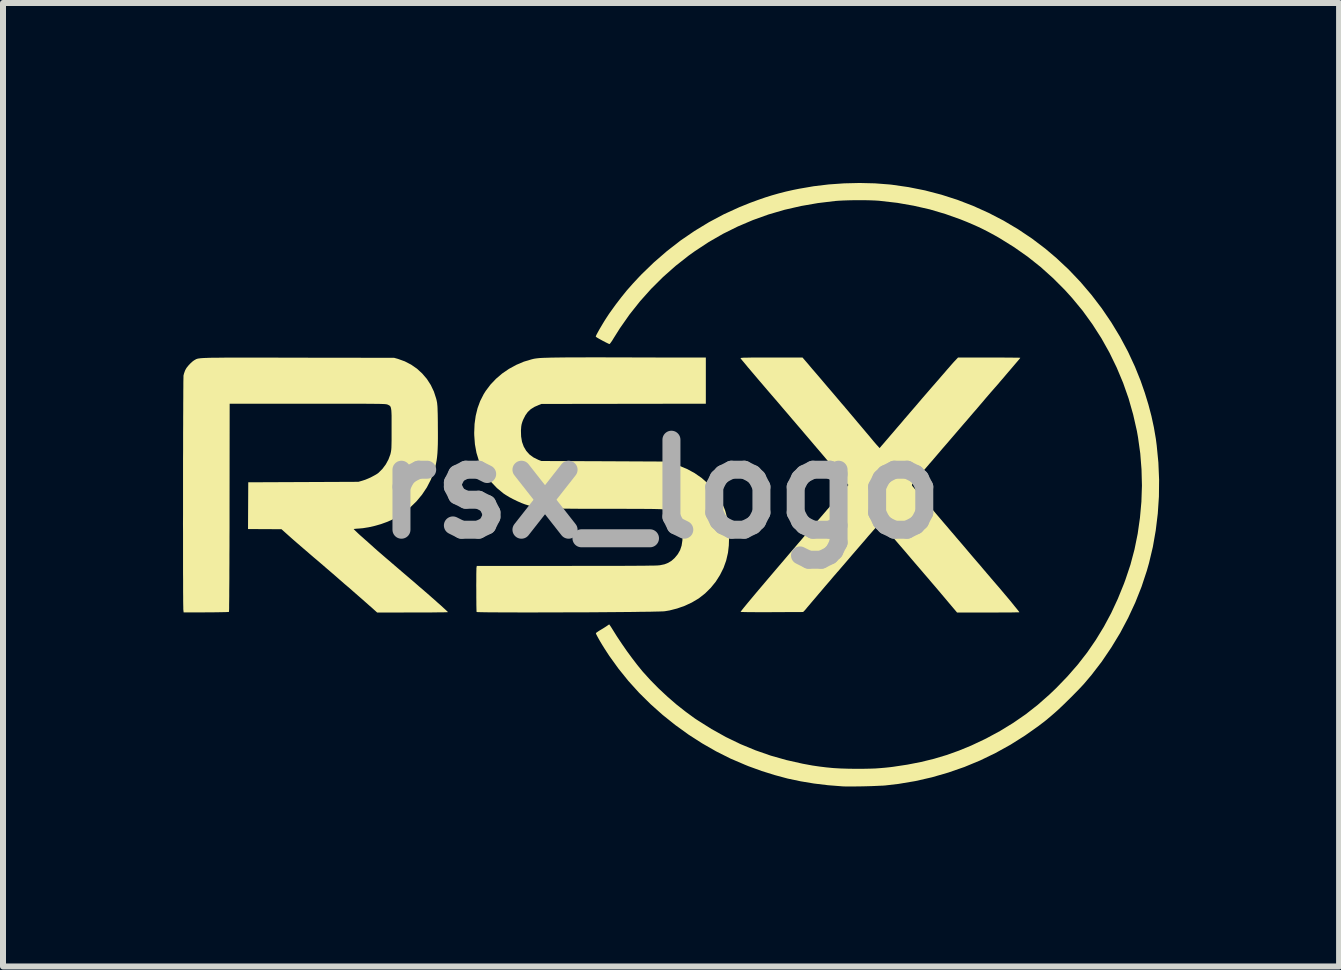
<source format=kicad_pcb>
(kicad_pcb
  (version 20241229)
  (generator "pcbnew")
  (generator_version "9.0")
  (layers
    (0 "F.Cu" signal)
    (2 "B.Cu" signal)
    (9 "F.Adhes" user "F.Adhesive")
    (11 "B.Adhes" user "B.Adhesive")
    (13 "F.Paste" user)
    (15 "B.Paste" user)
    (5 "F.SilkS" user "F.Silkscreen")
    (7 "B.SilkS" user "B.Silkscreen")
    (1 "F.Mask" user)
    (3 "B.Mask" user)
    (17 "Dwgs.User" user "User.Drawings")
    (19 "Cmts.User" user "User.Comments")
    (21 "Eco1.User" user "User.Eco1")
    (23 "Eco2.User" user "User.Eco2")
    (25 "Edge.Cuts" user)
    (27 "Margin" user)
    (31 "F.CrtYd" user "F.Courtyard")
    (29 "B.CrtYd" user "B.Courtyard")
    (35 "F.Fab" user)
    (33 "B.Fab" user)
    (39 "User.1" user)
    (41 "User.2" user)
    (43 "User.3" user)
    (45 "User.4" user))
  (footprint "rsx_logo"
    (layer "F.Cu")
    (at 7.963 5.101)
    (property "Reference" "rsx_logo" (at 0 0 0) (layer "F.Fab") (effects (font (size 1.5 1.5) (thickness 0.3))))
    (attr board_only exclude_from_pos_files exclude_from_bom)
    (fp_poly (pts (xy -1.022 -2.195) (xy -0.864 -2.194) (xy -0.691 -2.194) (xy -0.503 -2.194) (xy -0.471 -2.193) (xy -0.332 -2.193) (xy -0.198 -2.193) (xy -0.068 -2.192) (xy 0.055 -2.192) (xy 0.171 -2.192) (xy 0.278 -2.192) (xy 0.377 -2.191) (xy 0.466 -2.191) (xy 0.543 -2.191) (xy 0.609 -2.191) (xy 0.662 -2.191) (xy 0.701 -2.191) (xy 0.725 -2.191) (xy 0.734 -2.191) (xy 0.752 -2.191) (xy 0.752 -1.807) (xy 0.752 -1.422) (xy -0.618 -1.42) (xy -1.989 -1.418) (xy -2.034 -1.4) (xy -2.107 -1.368) (xy -2.167 -1.33) (xy -2.216 -1.284) (xy -2.256 -1.228) (xy -2.291 -1.159) (xy -2.301 -1.135) (xy -2.312 -1.102) (xy -2.32 -1.073) (xy -2.325 -1.041) (xy -2.328 -1.001) (xy -2.33 -0.975) (xy -2.327 -0.876) (xy -2.312 -0.786) (xy -2.283 -0.706) (xy -2.241 -0.635) (xy -2.187 -0.575) (xy -2.12 -0.526) (xy -2.041 -0.487) (xy -2.037 -0.485) (xy -1.989 -0.467) (xy -0.963 -0.463) (xy 0.062 -0.458) (xy 0.149 -0.437) (xy 0.297 -0.392) (xy 0.436 -0.335) (xy 0.564 -0.266) (xy 0.681 -0.185) (xy 0.786 -0.092) (xy 0.881 0.013) (xy 0.902 0.041) (xy 0.945 0.103) (xy 0.987 0.172) (xy 1.025 0.244) (xy 1.056 0.313) (xy 1.075 0.362) (xy 1.103 0.465) (xy 1.123 0.578) (xy 1.135 0.698) (xy 1.139 0.82) (xy 1.135 0.941) (xy 1.122 1.056) (xy 1.12 1.067) (xy 1.091 1.192) (xy 1.047 1.315) (xy 0.988 1.433) (xy 0.917 1.545) (xy 0.834 1.647) (xy 0.74 1.74) (xy 0.637 1.821) (xy 0.626 1.828) (xy 0.518 1.892) (xy 0.4 1.947) (xy 0.275 1.991) (xy 0.147 2.024) (xy 0.068 2.037) (xy 0.048 2.039) (xy 0.014 2.04) (xy -0.034 2.042) (xy -0.095 2.043) (xy -0.168 2.045) (xy -0.252 2.046) (xy -0.346 2.047) (xy -0.449 2.049) (xy -0.56 2.05) (xy -0.677 2.051) (xy -0.801 2.052) (xy -0.93 2.053) (xy -1.064 2.054) (xy -1.2 2.055) (xy -1.338 2.055) (xy -1.478 2.056) (xy -1.617 2.056) (xy -1.756 2.057) (xy -1.893 2.057) (xy -2.027 2.057) (xy -2.157 2.058) (xy -2.283 2.058) (xy -2.403 2.057) (xy -2.516 2.057) (xy -2.621 2.057) (xy -2.718 2.056) (xy -2.805 2.056) (xy -2.882 2.055) (xy -2.946 2.054) (xy -2.998 2.053) (xy -3.037 2.052) (xy -3.061 2.051) (xy -3.069 2.049) (xy -3.07 2.038) (xy -3.071 2.013) (xy -3.072 1.975) (xy -3.073 1.927) (xy -3.073 1.871) (xy -3.074 1.808) (xy -3.074 1.742) (xy -3.074 1.674) (xy -3.075 1.606) (xy -3.074 1.54) (xy -3.074 1.479) (xy -3.074 1.424) (xy -3.073 1.378) (xy -3.072 1.342) (xy -3.072 1.319) (xy -3.071 1.313) (xy -3.066 1.282) (xy -1.576 1.282) (xy -1.386 1.281) (xy -1.212 1.281) (xy -1.053 1.281) (xy -0.909 1.281) (xy -0.778 1.281) (xy -0.66 1.281) (xy -0.555 1.28) (xy -0.461 1.28) (xy -0.379 1.279) (xy -0.306 1.279) (xy -0.244 1.278) (xy -0.19 1.277) (xy -0.144 1.277) (xy -0.107 1.276) (xy -0.076 1.275) (xy -0.051 1.274) (xy -0.031 1.272) (xy -0.017 1.271) (xy -0.011 1.27) (xy 0.062 1.255) (xy 0.123 1.231) (xy 0.178 1.198) (xy 0.23 1.152) (xy 0.232 1.15) (xy 0.284 1.087) (xy 0.323 1.019) (xy 0.348 0.944) (xy 0.361 0.859) (xy 0.364 0.801) (xy 0.357 0.709) (xy 0.338 0.624) (xy 0.306 0.547) (xy 0.263 0.48) (xy 0.209 0.424) (xy 0.145 0.38) (xy 0.071 0.349) (xy 0.052 0.343) (xy 0.042 0.341) (xy 0.029 0.339) (xy 0.012 0.337) (xy -0.01 0.336) (xy -0.038 0.335) (xy -0.074 0.334) (xy -0.117 0.333) (xy -0.169 0.332) (xy -0.232 0.332) (xy -0.305 0.331) (xy -0.391 0.331) (xy -0.489 0.331) (xy -0.602 0.33) (xy -0.729 0.33) (xy -0.827 0.33) (xy -0.994 0.33) (xy -1.145 0.33) (xy -1.282 0.33) (xy -1.405 0.329) (xy -1.515 0.328) (xy -1.614 0.327) (xy -1.701 0.325) (xy -1.779 0.323) (xy -1.848 0.321) (xy -1.908 0.318) (xy -1.962 0.314) (xy -2.01 0.31) (xy -2.052 0.305) (xy -2.09 0.3) (xy -2.125 0.293) (xy -2.157 0.286) (xy -2.189 0.278) (xy -2.219 0.269) (xy -2.251 0.259) (xy -2.259 0.257) (xy -2.32 0.234) (xy -2.388 0.204) (xy -2.458 0.17) (xy -2.524 0.135) (xy -2.583 0.099) (xy -2.621 0.074) (xy -2.73 -0.016) (xy -2.825 -0.116) (xy -2.908 -0.225) (xy -2.976 -0.343) (xy -3.03 -0.469) (xy -3.071 -0.603) (xy -3.097 -0.745) (xy -3.108 -0.894) (xy -3.109 -0.937) (xy -3.103 -1.084) (xy -3.084 -1.22) (xy -3.053 -1.347) (xy -3.009 -1.467) (xy -2.951 -1.581) (xy -2.917 -1.635) (xy -2.838 -1.74) (xy -2.746 -1.837) (xy -2.643 -1.925) (xy -2.529 -2.003) (xy -2.408 -2.069) (xy -2.281 -2.123) (xy -2.15 -2.162) (xy -2.113 -2.171) (xy -2.094 -2.174) (xy -2.073 -2.177) (xy -2.048 -2.18) (xy -2.018 -2.183) (xy -1.982 -2.185) (xy -1.94 -2.187) (xy -1.892 -2.188) (xy -1.836 -2.19) (xy -1.771 -2.191) (xy -1.697 -2.192) (xy -1.614 -2.193) (xy -1.519 -2.194) (xy -1.414 -2.194) (xy -1.296 -2.194) (xy -1.166 -2.195)) (stroke (width 0) (type solid)) (fill yes) (layer "F.SilkS"))
    (fp_poly (pts (xy 3.57 -5.095) (xy 3.817 -5.076) (xy 3.853 -5.072) (xy 4.131 -5.032) (xy 4.406 -4.977) (xy 4.678 -4.906) (xy 4.946 -4.82) (xy 5.208 -4.719) (xy 5.465 -4.603) (xy 5.714 -4.474) (xy 5.955 -4.331) (xy 6.188 -4.175) (xy 6.411 -4.006) (xy 6.594 -3.851) (xy 6.8 -3.658) (xy 6.995 -3.453) (xy 7.179 -3.237) (xy 7.351 -3.012) (xy 7.51 -2.778) (xy 7.656 -2.537) (xy 7.788 -2.29) (xy 7.905 -2.038) (xy 7.998 -1.807) (xy 8.069 -1.603) (xy 8.129 -1.407) (xy 8.179 -1.217) (xy 8.22 -1.028) (xy 8.253 -0.836) (xy 8.267 -0.728) (xy 8.295 -0.442) (xy 8.307 -0.157) (xy 8.304 0.128) (xy 8.285 0.41) (xy 8.251 0.69) (xy 8.203 0.965) (xy 8.139 1.234) (xy 8.102 1.364) (xy 8.014 1.63) (xy 7.91 1.892) (xy 7.791 2.148) (xy 7.658 2.399) (xy 7.511 2.641) (xy 7.352 2.876) (xy 7.18 3.1) (xy 7.054 3.249) (xy 7.014 3.292) (xy 6.965 3.344) (xy 6.909 3.401) (xy 6.849 3.462) (xy 6.786 3.524) (xy 6.725 3.584) (xy 6.666 3.64) (xy 6.614 3.689) (xy 6.57 3.728) (xy 6.569 3.729) (xy 6.524 3.768) (xy 6.489 3.798) (xy 6.46 3.822) (xy 6.436 3.843) (xy 6.412 3.862) (xy 6.387 3.882) (xy 6.356 3.905) (xy 6.318 3.934) (xy 6.304 3.945) (xy 6.071 4.11) (xy 5.83 4.262) (xy 5.581 4.4) (xy 5.325 4.524) (xy 5.062 4.633) (xy 4.794 4.726) (xy 4.521 4.805) (xy 4.245 4.868) (xy 3.965 4.915) (xy 3.743 4.941) (xy 3.703 4.944) (xy 3.65 4.946) (xy 3.587 4.949) (xy 3.516 4.952) (xy 3.441 4.954) (xy 3.364 4.956) (xy 3.288 4.957) (xy 3.216 4.958) (xy 3.15 4.958) (xy 3.094 4.958) (xy 3.049 4.957) (xy 3.03 4.956) (xy 2.788 4.937) (xy 2.556 4.909) (xy 2.333 4.872) (xy 2.115 4.826) (xy 1.9 4.768) (xy 1.683 4.7) (xy 1.462 4.62) (xy 1.406 4.597) (xy 1.163 4.493) (xy 0.924 4.373) (xy 0.69 4.239) (xy 0.463 4.093) (xy 0.243 3.934) (xy 0.032 3.765) (xy -0.17 3.585) (xy -0.361 3.396) (xy -0.54 3.198) (xy -0.705 2.993) (xy -0.857 2.782) (xy -0.895 2.724) (xy -0.937 2.659) (xy -0.975 2.598) (xy -1.008 2.543) (xy -1.036 2.494) (xy -1.058 2.454) (xy -1.073 2.425) (xy -1.08 2.407) (xy -1.08 2.402) (xy -1.072 2.394) (xy -1.052 2.38) (xy -1.025 2.362) (xy -0.995 2.344) (xy -0.96 2.323) (xy -0.927 2.302) (xy -0.901 2.285) (xy -0.888 2.276) (xy -0.871 2.264) (xy -0.86 2.258) (xy -0.858 2.257) (xy -0.853 2.264) (xy -0.84 2.282) (xy -0.823 2.308) (xy -0.805 2.337) (xy -0.73 2.457) (xy -0.648 2.58) (xy -0.563 2.703) (xy -0.476 2.821) (xy -0.391 2.932) (xy -0.309 3.033) (xy -0.297 3.047) (xy -0.172 3.185) (xy -0.035 3.324) (xy 0.112 3.461) (xy 0.263 3.592) (xy 0.418 3.714) (xy 0.57 3.825) (xy 0.608 3.85) (xy 0.846 4) (xy 1.086 4.134) (xy 1.33 4.252) (xy 1.579 4.355) (xy 1.834 4.444) (xy 2.096 4.518) (xy 2.367 4.579) (xy 2.53 4.609) (xy 2.647 4.626) (xy 2.761 4.64) (xy 2.876 4.651) (xy 2.995 4.658) (xy 3.124 4.662) (xy 3.264 4.664) (xy 3.285 4.664) (xy 3.394 4.663) (xy 3.49 4.661) (xy 3.578 4.658) (xy 3.661 4.652) (xy 3.742 4.645) (xy 3.827 4.636) (xy 3.874 4.63) (xy 4.112 4.594) (xy 4.338 4.55) (xy 4.554 4.497) (xy 4.765 4.434) (xy 4.972 4.36) (xy 5.178 4.275) (xy 5.386 4.177) (xy 5.425 4.158) (xy 5.656 4.033) (xy 5.875 3.899) (xy 6.085 3.754) (xy 6.286 3.596) (xy 6.48 3.425) (xy 6.593 3.317) (xy 6.779 3.124) (xy 6.951 2.927) (xy 7.109 2.724) (xy 7.253 2.514) (xy 7.386 2.296) (xy 7.508 2.069) (xy 7.619 1.83) (xy 7.721 1.579) (xy 7.746 1.511) (xy 7.829 1.263) (xy 7.897 1.007) (xy 7.95 0.746) (xy 7.988 0.48) (xy 8.012 0.213) (xy 8.021 -0.057) (xy 8.014 -0.326) (xy 7.993 -0.594) (xy 7.956 -0.859) (xy 7.937 -0.967) (xy 7.875 -1.24) (xy 7.799 -1.508) (xy 7.707 -1.77) (xy 7.6 -2.025) (xy 7.479 -2.274) (xy 7.344 -2.515) (xy 7.195 -2.747) (xy 7.033 -2.971) (xy 6.857 -3.184) (xy 6.735 -3.319) (xy 6.537 -3.517) (xy 6.332 -3.701) (xy 6.117 -3.872) (xy 5.892 -4.03) (xy 5.656 -4.177) (xy 5.569 -4.227) (xy 5.471 -4.28) (xy 5.38 -4.327) (xy 5.291 -4.37) (xy 5.199 -4.411) (xy 5.1 -4.453) (xy 4.998 -4.494) (xy 4.745 -4.584) (xy 4.485 -4.661) (xy 4.217 -4.722) (xy 3.943 -4.77) (xy 3.663 -4.802) (xy 3.638 -4.805) (xy 3.572 -4.809) (xy 3.494 -4.812) (xy 3.407 -4.814) (xy 3.314 -4.814) (xy 3.219 -4.814) (xy 3.127 -4.812) (xy 3.04 -4.809) (xy 2.962 -4.805) (xy 2.91 -4.801) (xy 2.62 -4.766) (xy 2.338 -4.717) (xy 2.063 -4.654) (xy 1.796 -4.576) (xy 1.537 -4.483) (xy 1.285 -4.376) (xy 1.039 -4.254) (xy 0.801 -4.117) (xy 0.57 -3.965) (xy 0.469 -3.893) (xy 0.248 -3.719) (xy 0.039 -3.534) (xy -0.159 -3.337) (xy -0.345 -3.129) (xy -0.519 -2.91) (xy -0.68 -2.68) (xy -0.789 -2.507) (xy -0.81 -2.472) (xy -0.83 -2.444) (xy -0.845 -2.424) (xy -0.854 -2.416) (xy -0.854 -2.416) (xy -0.87 -2.422) (xy -0.895 -2.434) (xy -0.927 -2.45) (xy -0.962 -2.468) (xy -0.998 -2.488) (xy -1.031 -2.506) (xy -1.058 -2.522) (xy -1.076 -2.534) (xy -1.083 -2.54) (xy -1.079 -2.553) (xy -1.067 -2.579) (xy -1.048 -2.614) (xy -1.025 -2.656) (xy -0.997 -2.703) (xy -0.967 -2.754) (xy -0.936 -2.805) (xy -0.904 -2.855) (xy -0.874 -2.901) (xy -0.846 -2.942) (xy -0.845 -2.943) (xy -0.75 -3.075) (xy -0.658 -3.195) (xy -0.566 -3.309) (xy -0.469 -3.419) (xy -0.364 -3.532) (xy -0.319 -3.579) (xy -0.112 -3.779) (xy 0.104 -3.966) (xy 0.329 -4.141) (xy 0.563 -4.301) (xy 0.805 -4.448) (xy 1.053 -4.58) (xy 1.309 -4.697) (xy 1.49 -4.77) (xy 1.621 -4.818) (xy 1.742 -4.86) (xy 1.857 -4.896) (xy 1.97 -4.928) (xy 2.087 -4.958) (xy 2.212 -4.986) (xy 2.307 -5.005) (xy 2.551 -5.047) (xy 2.802 -5.077) (xy 3.058 -5.095) (xy 3.315 -5.101)) (stroke (width 0) (type solid)) (fill yes) (layer "F.SilkS"))
    (fp_poly (pts (xy -6.842 -2.19) (xy -6.705 -2.19) (xy -6.553 -2.19) (xy -6.387 -2.19) (xy -6.206 -2.189) (xy -6.043 -2.189) (xy -4.444 -2.187) (xy -4.38 -2.169) (xy -4.266 -2.128) (xy -4.16 -2.073) (xy -4.062 -2.005) (xy -3.975 -1.925) (xy -3.898 -1.835) (xy -3.833 -1.734) (xy -3.781 -1.625) (xy -3.743 -1.508) (xy -3.735 -1.476) (xy -3.731 -1.455) (xy -3.727 -1.434) (xy -3.725 -1.411) (xy -3.722 -1.383) (xy -3.72 -1.348) (xy -3.719 -1.306) (xy -3.717 -1.253) (xy -3.716 -1.189) (xy -3.715 -1.111) (xy -3.715 -1.065) (xy -3.714 -0.945) (xy -3.714 -0.84) (xy -3.715 -0.748) (xy -3.718 -0.667) (xy -3.722 -0.596) (xy -3.728 -0.532) (xy -3.736 -0.474) (xy -3.746 -0.42) (xy -3.757 -0.368) (xy -3.772 -0.317) (xy -3.78 -0.289) (xy -3.832 -0.155) (xy -3.898 -0.027) (xy -3.978 0.093) (xy -4.071 0.205) (xy -4.176 0.307) (xy -4.293 0.399) (xy -4.42 0.48) (xy -4.486 0.515) (xy -4.569 0.551) (xy -4.663 0.585) (xy -4.764 0.614) (xy -4.866 0.637) (xy -4.964 0.653) (xy -5.033 0.659) (xy -5.068 0.661) (xy -5.096 0.664) (xy -5.114 0.666) (xy -5.118 0.667) (xy -5.112 0.674) (xy -5.097 0.689) (xy -5.074 0.711) (xy -5.046 0.738) (xy -5.016 0.766) (xy -4.985 0.793) (xy -4.96 0.815) (xy -4.938 0.835) (xy -4.907 0.862) (xy -4.87 0.895) (xy -4.831 0.93) (xy -4.807 0.951) (xy -4.78 0.976) (xy -4.753 1) (xy -4.725 1.025) (xy -4.695 1.051) (xy -4.661 1.08) (xy -4.623 1.113) (xy -4.579 1.151) (xy -4.527 1.195) (xy -4.467 1.247) (xy -4.397 1.307) (xy -4.32 1.373) (xy -4.232 1.448) (xy -4.155 1.514) (xy -4.087 1.572) (xy -4.029 1.623) (xy -3.977 1.667) (xy -3.931 1.707) (xy -3.889 1.743) (xy -3.85 1.777) (xy -3.813 1.81) (xy -3.776 1.842) (xy -3.738 1.876) (xy -3.715 1.897) (xy -3.67 1.936) (xy -3.631 1.972) (xy -3.597 2.003) (xy -3.57 2.028) (xy -3.553 2.044) (xy -3.547 2.052) (xy -3.547 2.052) (xy -3.555 2.053) (xy -3.578 2.054) (xy -3.616 2.055) (xy -3.665 2.056) (xy -3.726 2.056) (xy -3.798 2.057) (xy -3.877 2.058) (xy -3.964 2.058) (xy -4.058 2.058) (xy -4.137 2.058) (xy -4.726 2.059) (xy -4.784 2.007) (xy -4.817 1.977) (xy -4.861 1.939) (xy -4.914 1.892) (xy -4.975 1.838) (xy -5.043 1.779) (xy -5.115 1.716) (xy -5.19 1.65) (xy -5.268 1.584) (xy -5.345 1.517) (xy -5.42 1.451) (xy -5.493 1.388) (xy -5.561 1.33) (xy -5.622 1.277) (xy -5.679 1.228) (xy -5.733 1.182) (xy -5.783 1.14) (xy -5.826 1.103) (xy -5.862 1.072) (xy -5.888 1.049) (xy -5.904 1.035) (xy -5.908 1.033) (xy -5.923 1.019) (xy -5.948 0.998) (xy -5.979 0.971) (xy -6.013 0.942) (xy -6.019 0.936) (xy -6.057 0.904) (xy -6.103 0.864) (xy -6.151 0.822) (xy -6.197 0.781) (xy -6.214 0.766) (xy -6.321 0.67) (xy -6.536 0.669) (xy -6.598 0.669) (xy -6.658 0.669) (xy -6.714 0.668) (xy -6.761 0.668) (xy -6.798 0.668) (xy -6.815 0.668) (xy -6.879 0.667) (xy -6.877 0.278) (xy -6.875 -0.112) (xy -5.957 -0.116) (xy -5.039 -0.12) (xy -4.973 -0.139) (xy -4.924 -0.155) (xy -4.871 -0.177) (xy -4.816 -0.203) (xy -4.766 -0.23) (xy -4.724 -0.255) (xy -4.703 -0.271) (xy -4.639 -0.335) (xy -4.583 -0.41) (xy -4.538 -0.493) (xy -4.506 -0.579) (xy -4.501 -0.601) (xy -4.497 -0.619) (xy -4.494 -0.638) (xy -4.491 -0.66) (xy -4.489 -0.687) (xy -4.488 -0.72) (xy -4.487 -0.762) (xy -4.486 -0.814) (xy -4.486 -0.878) (xy -4.486 -0.956) (xy -4.486 -1) (xy -4.486 -1.089) (xy -4.486 -1.163) (xy -4.486 -1.223) (xy -4.488 -1.271) (xy -4.49 -1.308) (xy -4.494 -1.337) (xy -4.499 -1.358) (xy -4.505 -1.374) (xy -4.514 -1.385) (xy -4.524 -1.393) (xy -4.537 -1.4) (xy -4.55 -1.406) (xy -4.555 -1.408) (xy -4.561 -1.41) (xy -4.569 -1.412) (xy -4.579 -1.413) (xy -4.592 -1.415) (xy -4.609 -1.416) (xy -4.631 -1.417) (xy -4.659 -1.418) (xy -4.693 -1.419) (xy -4.734 -1.419) (xy -4.783 -1.42) (xy -4.841 -1.42) (xy -4.908 -1.421) (xy -4.986 -1.421) (xy -5.074 -1.421) (xy -5.175 -1.422) (xy -5.288 -1.422) (xy -5.414 -1.422) (xy -5.555 -1.422) (xy -5.71 -1.422) (xy -5.882 -1.422) (xy -5.885 -1.422) (xy -7.185 -1.422) (xy -7.187 0.309) (xy -7.187 0.477) (xy -7.187 0.641) (xy -7.188 0.8) (xy -7.188 0.952) (xy -7.189 1.098) (xy -7.189 1.237) (xy -7.19 1.367) (xy -7.19 1.488) (xy -7.191 1.6) (xy -7.192 1.701) (xy -7.192 1.79) (xy -7.193 1.868) (xy -7.194 1.932) (xy -7.194 1.984) (xy -7.195 2.02) (xy -7.196 2.042) (xy -7.196 2.048) (xy -7.206 2.049) (xy -7.23 2.051) (xy -7.267 2.052) (xy -7.316 2.053) (xy -7.375 2.054) (xy -7.442 2.055) (xy -7.515 2.055) (xy -7.577 2.056) (xy -7.952 2.057) (xy -7.957 2.014) (xy -7.958 2) (xy -7.958 1.971) (xy -7.959 1.926) (xy -7.96 1.868) (xy -7.96 1.797) (xy -7.961 1.714) (xy -7.961 1.621) (xy -7.961 1.517) (xy -7.962 1.403) (xy -7.962 1.282) (xy -7.962 1.152) (xy -7.962 1.017) (xy -7.962 0.875) (xy -7.962 0.729) (xy -7.963 0.579) (xy -7.962 0.426) (xy -7.962 0.271) (xy -7.962 0.115) (xy -7.962 -0.042) (xy -7.962 -0.198) (xy -7.962 -0.353) (xy -7.962 -0.505) (xy -7.961 -0.654) (xy -7.961 -0.799) (xy -7.961 -0.938) (xy -7.96 -1.072) (xy -7.96 -1.199) (xy -7.959 -1.318) (xy -7.959 -1.429) (xy -7.958 -1.53) (xy -7.958 -1.62) (xy -7.957 -1.699) (xy -7.957 -1.766) (xy -7.956 -1.82) (xy -7.955 -1.86) (xy -7.955 -1.885) (xy -7.954 -1.894) (xy -7.945 -1.928) (xy -7.932 -1.965) (xy -7.925 -1.982) (xy -7.904 -2.019) (xy -7.872 -2.059) (xy -7.836 -2.097) (xy -7.799 -2.13) (xy -7.776 -2.146) (xy -7.767 -2.151) (xy -7.759 -2.156) (xy -7.751 -2.16) (xy -7.743 -2.165) (xy -7.733 -2.168) (xy -7.721 -2.172) (xy -7.707 -2.175) (xy -7.69 -2.177) (xy -7.669 -2.18) (xy -7.642 -2.182) (xy -7.611 -2.184) (xy -7.573 -2.185) (xy -7.529 -2.187) (xy -7.477 -2.188) (xy -7.416 -2.188) (xy -7.347 -2.189) (xy -7.268 -2.19) (xy -7.179 -2.19) (xy -7.079 -2.19) (xy -6.967 -2.19)) (stroke (width 0) (type solid)) (fill yes) (layer "F.SilkS"))
    (fp_poly (pts (xy 2.458 -2.082) (xy 2.488 -2.046) (xy 2.526 -2.001) (xy 2.571 -1.949) (xy 2.62 -1.892) (xy 2.673 -1.83) (xy 2.728 -1.765) (xy 2.783 -1.7) (xy 2.838 -1.636) (xy 2.891 -1.574) (xy 2.94 -1.516) (xy 2.984 -1.464) (xy 3.022 -1.419) (xy 3.053 -1.384) (xy 3.074 -1.359) (xy 3.076 -1.356) (xy 3.095 -1.334) (xy 3.123 -1.301) (xy 3.158 -1.259) (xy 3.198 -1.212) (xy 3.241 -1.161) (xy 3.285 -1.108) (xy 3.299 -1.092) (xy 3.343 -1.04) (xy 3.387 -0.988) (xy 3.427 -0.94) (xy 3.463 -0.898) (xy 3.492 -0.863) (xy 3.513 -0.838) (xy 3.518 -0.832) (xy 3.546 -0.798) (xy 3.576 -0.763) (xy 3.602 -0.733) (xy 3.608 -0.727) (xy 3.648 -0.682) (xy 3.687 -0.728) (xy 3.699 -0.741) (xy 3.721 -0.767) (xy 3.751 -0.802) (xy 3.79 -0.847) (xy 3.835 -0.9) (xy 3.886 -0.959) (xy 3.942 -1.025) (xy 4.002 -1.094) (xy 4.064 -1.168) (xy 4.105 -1.215) (xy 4.17 -1.291) (xy 4.233 -1.364) (xy 4.293 -1.434) (xy 4.349 -1.5) (xy 4.4 -1.559) (xy 4.446 -1.612) (xy 4.484 -1.656) (xy 4.514 -1.691) (xy 4.535 -1.715) (xy 4.543 -1.724) (xy 4.566 -1.75) (xy 4.597 -1.786) (xy 4.634 -1.828) (xy 4.674 -1.875) (xy 4.715 -1.922) (xy 4.73 -1.939) (xy 4.769 -1.985) (xy 4.808 -2.029) (xy 4.844 -2.071) (xy 4.875 -2.106) (xy 4.899 -2.132) (xy 4.906 -2.139) (xy 4.955 -2.191) (xy 5.475 -2.191) (xy 5.566 -2.191) (xy 5.652 -2.191) (xy 5.731 -2.191) (xy 5.803 -2.19) (xy 5.865 -2.19) (xy 5.917 -2.189) (xy 5.957 -2.189) (xy 5.983 -2.188) (xy 5.994 -2.187) (xy 5.994 -2.187) (xy 5.989 -2.18) (xy 5.975 -2.162) (xy 5.952 -2.135) (xy 5.922 -2.1) (xy 5.887 -2.059) (xy 5.848 -2.013) (xy 5.836 -1.999) (xy 5.794 -1.95) (xy 5.753 -1.902) (xy 5.716 -1.858) (xy 5.683 -1.82) (xy 5.658 -1.791) (xy 5.641 -1.771) (xy 5.64 -1.769) (xy 5.614 -1.739) (xy 5.587 -1.708) (xy 5.568 -1.687) (xy 5.535 -1.649) (xy 5.498 -1.607) (xy 5.463 -1.566) (xy 5.431 -1.529) (xy 5.407 -1.501) (xy 5.397 -1.489) (xy 5.377 -1.465) (xy 5.348 -1.431) (xy 5.311 -1.388) (xy 5.268 -1.337) (xy 5.218 -1.28) (xy 5.164 -1.217) (xy 5.107 -1.15) (xy 5.046 -1.08) (xy 5.034 -1.066) (xy 4.968 -0.989) (xy 4.901 -0.911) (xy 4.833 -0.832) (xy 4.768 -0.756) (xy 4.705 -0.684) (xy 4.648 -0.617) (xy 4.597 -0.557) (xy 4.554 -0.507) (xy 4.527 -0.475) (xy 4.481 -0.423) (xy 4.436 -0.37) (xy 4.392 -0.319) (xy 4.352 -0.272) (xy 4.318 -0.233) (xy 4.293 -0.204) (xy 4.292 -0.203) (xy 4.254 -0.159) (xy 4.226 -0.125) (xy 4.206 -0.101) (xy 4.194 -0.083) (xy 4.188 -0.071) (xy 4.188 -0.062) (xy 4.191 -0.055) (xy 4.193 -0.052) (xy 4.2 -0.043) (xy 4.217 -0.023) (xy 4.243 0.008) (xy 4.277 0.047) (xy 4.318 0.095) (xy 4.365 0.151) (xy 4.418 0.212) (xy 4.474 0.278) (xy 4.534 0.347) (xy 4.596 0.42) (xy 4.659 0.494) (xy 4.723 0.569) (xy 4.786 0.642) (xy 4.799 0.658) (xy 4.827 0.691) (xy 4.857 0.726) (xy 4.883 0.756) (xy 4.887 0.761) (xy 4.902 0.778) (xy 4.925 0.806) (xy 4.956 0.842) (xy 4.994 0.886) (xy 5.036 0.935) (xy 5.081 0.988) (xy 5.123 1.038) (xy 5.174 1.098) (xy 5.228 1.161) (xy 5.282 1.224) (xy 5.333 1.283) (xy 5.379 1.338) (xy 5.418 1.383) (xy 5.436 1.405) (xy 5.475 1.45) (xy 5.513 1.495) (xy 5.55 1.538) (xy 5.581 1.574) (xy 5.604 1.601) (xy 5.606 1.603) (xy 5.645 1.648) (xy 5.686 1.697) (xy 5.729 1.748) (xy 5.773 1.8) (xy 5.816 1.851) (xy 5.856 1.9) (xy 5.892 1.945) (xy 5.924 1.984) (xy 5.95 2.016) (xy 5.968 2.039) (xy 5.977 2.052) (xy 5.978 2.054) (xy 5.97 2.055) (xy 5.947 2.056) (xy 5.91 2.056) (xy 5.861 2.057) (xy 5.8 2.058) (xy 5.731 2.058) (xy 5.653 2.058) (xy 5.568 2.059) (xy 5.478 2.059) (xy 5.459 2.059) (xy 4.94 2.059) (xy 4.795 1.888) (xy 4.739 1.821) (xy 4.684 1.756) (xy 4.63 1.692) (xy 4.575 1.627) (xy 4.518 1.561) (xy 4.458 1.49) (xy 4.394 1.416) (xy 4.325 1.335) (xy 4.25 1.248) (xy 4.168 1.152) (xy 4.078 1.046) (xy 3.978 0.93) (xy 3.953 0.901) (xy 3.909 0.85) (xy 3.866 0.8) (xy 3.824 0.751) (xy 3.786 0.708) (xy 3.755 0.672) (xy 3.734 0.649) (xy 3.708 0.62) (xy 3.686 0.594) (xy 3.67 0.576) (xy 3.662 0.568) (xy 3.66 0.567) (xy 3.655 0.569) (xy 3.648 0.575) (xy 3.637 0.586) (xy 3.622 0.602) (xy 3.602 0.624) (xy 3.577 0.652) (xy 3.545 0.688) (xy 3.506 0.733) (xy 3.459 0.786) (xy 3.405 0.85) (xy 3.341 0.924) (xy 3.267 1.01) (xy 3.232 1.05) (xy 3.178 1.113) (xy 3.126 1.174) (xy 3.078 1.23) (xy 3.033 1.282) (xy 2.995 1.326) (xy 2.964 1.363) (xy 2.94 1.389) (xy 2.927 1.405) (xy 2.926 1.406) (xy 2.897 1.439) (xy 2.861 1.481) (xy 2.82 1.53) (xy 2.774 1.583) (xy 2.726 1.639) (xy 2.677 1.697) (xy 2.628 1.754) (xy 2.582 1.809) (xy 2.538 1.86) (xy 2.5 1.905) (xy 2.468 1.943) (xy 2.443 1.972) (xy 2.428 1.991) (xy 2.428 1.991) (xy 2.406 2.017) (xy 2.387 2.037) (xy 2.374 2.049) (xy 2.37 2.05) (xy 2.36 2.05) (xy 2.335 2.051) (xy 2.297 2.051) (xy 2.246 2.051) (xy 2.185 2.051) (xy 2.114 2.051) (xy 2.035 2.052) (xy 1.95 2.052) (xy 1.86 2.052) (xy 1.846 2.053) (xy 1.755 2.053) (xy 1.67 2.053) (xy 1.591 2.053) (xy 1.52 2.052) (xy 1.458 2.052) (xy 1.407 2.051) (xy 1.368 2.05) (xy 1.342 2.049) (xy 1.331 2.048) (xy 1.331 2.048) (xy 1.337 2.039) (xy 1.353 2.018) (xy 1.379 1.985) (xy 1.416 1.94) (xy 1.462 1.884) (xy 1.519 1.816) (xy 1.585 1.737) (xy 1.661 1.647) (xy 1.746 1.547) (xy 1.84 1.436) (xy 1.943 1.315) (xy 2.055 1.184) (xy 2.088 1.145) (xy 2.139 1.085) (xy 2.192 1.023) (xy 2.245 0.961) (xy 2.295 0.902) (xy 2.341 0.849) (xy 2.379 0.804) (xy 2.398 0.782) (xy 2.439 0.733) (xy 2.485 0.68) (xy 2.53 0.627) (xy 2.572 0.579) (xy 2.6 0.546) (xy 2.636 0.505) (xy 2.679 0.455) (xy 2.725 0.402) (xy 2.77 0.349) (xy 2.804 0.31) (xy 2.847 0.259) (xy 2.896 0.202) (xy 2.945 0.144) (xy 2.992 0.09) (xy 3.022 0.056) (xy 3.128 -0.067) (xy 3.112 -0.085) (xy 3.097 -0.102) (xy 3.078 -0.125) (xy 3.068 -0.137) (xy 3.044 -0.164) (xy 3.019 -0.193) (xy 3.011 -0.203) (xy 2.994 -0.224) (xy 2.966 -0.256) (xy 2.929 -0.301) (xy 2.882 -0.356) (xy 2.826 -0.421) (xy 2.763 -0.495) (xy 2.692 -0.579) (xy 2.621 -0.662) (xy 2.574 -0.717) (xy 2.524 -0.776) (xy 2.474 -0.835) (xy 2.427 -0.89) (xy 2.385 -0.939) (xy 2.361 -0.968) (xy 2.331 -1.003) (xy 2.292 -1.048) (xy 2.247 -1.101) (xy 2.196 -1.16) (xy 2.143 -1.223) (xy 2.088 -1.287) (xy 2.033 -1.351) (xy 2.022 -1.364) (xy 1.936 -1.465) (xy 1.859 -1.554) (xy 1.791 -1.633) (xy 1.732 -1.702) (xy 1.681 -1.762) (xy 1.636 -1.814) (xy 1.598 -1.859) (xy 1.565 -1.898) (xy 1.537 -1.931) (xy 1.513 -1.959) (xy 1.492 -1.984) (xy 1.473 -2.007) (xy 1.455 -2.027) (xy 1.439 -2.047) (xy 1.426 -2.063) (xy 1.397 -2.098) (xy 1.37 -2.13) (xy 1.349 -2.155) (xy 1.336 -2.172) (xy 1.332 -2.177) (xy 1.33 -2.18) (xy 1.331 -2.182) (xy 1.336 -2.184) (xy 1.345 -2.186) (xy 1.36 -2.187) (xy 1.382 -2.189) (xy 1.413 -2.189) (xy 1.453 -2.19) (xy 1.504 -2.191) (xy 1.566 -2.191) (xy 1.641 -2.191) (xy 1.731 -2.191) (xy 1.836 -2.191) (xy 1.842 -2.191) (xy 2.364 -2.191)) (stroke (width 0) (type solid)) (fill yes) (layer "F.SilkS")))
  (gr_rect
    (start -3 -3)
    (end 19.27 13.059)
    (stroke (width 0.1) (type default))
    (fill no)
    (layer "Edge.Cuts")))
</source>
